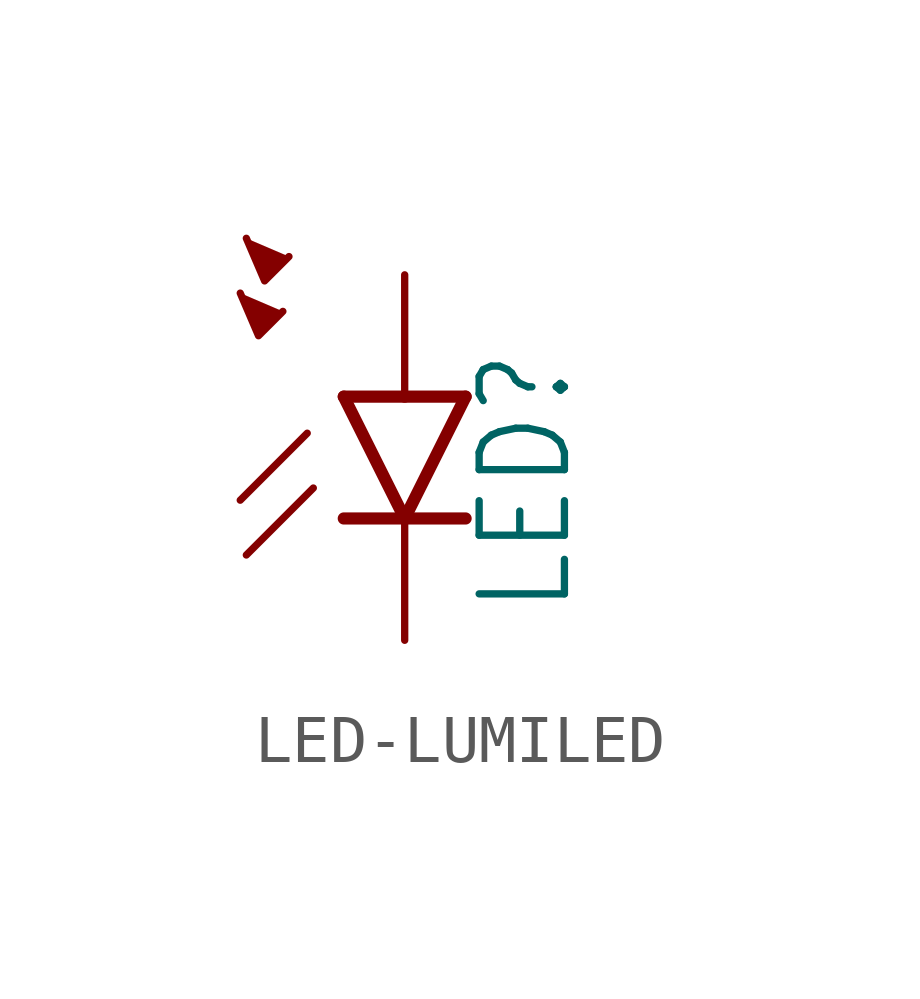
<source format=kicad_sym>
(kicad_symbol_lib
  (version 20241209)
  (generator "kicad_symbol_editor")
  (generator_version "9.0")
  (symbol "LED-LUMILED"
    (property "Reference" "LED"
      (at 3.556 -4.572 90)
      (effects (font (size 1.778 1.511)) (justify left bottom)))
    (property "Value" ""
      (at 5.715 -4.572 90)
      (effects (font (size 1.778 1.511)) (justify left bottom)))
    (property "ki_locked" ""
      (at 0 0 0)
      (effects (font (size 1.27 1.27))))
    (symbol "LED-LUMILED_1_0"
      (polyline (pts (xy -3.429 2.159) (xy -3.048 1.27) (xy -2.54 1.778)) (stroke (width 0.152) (type solid)) (fill (type outline)))
      (polyline (pts (xy -3.302 3.302) (xy -2.921 2.413) (xy -2.413 2.921)) (stroke (width 0.152) (type solid)) (fill (type outline)))
      (polyline (pts (xy -2.032 -0.762) (xy -3.429 -2.159)) (stroke (width 0.152) (type solid)) (fill (type none)))
      (polyline (pts (xy -1.905 -1.905) (xy -3.302 -3.302)) (stroke (width 0.152) (type solid)) (fill (type none)))
      (polyline (pts (xy 0 0) (xy -1.27 0)) (stroke (width 0.254) (type solid)) (fill (type none)))
      (polyline (pts (xy 0 -2.54) (xy -1.27 0)) (stroke (width 0.254) (type solid)) (fill (type none)))
      (polyline (pts (xy 0 -2.54) (xy -1.27 -2.54)) (stroke (width 0.254) (type solid)) (fill (type none)))
      (polyline (pts (xy 1.27 0) (xy 0 0)) (stroke (width 0.254) (type solid)) (fill (type none)))
      (polyline (pts (xy 1.27 0) (xy 0 -2.54)) (stroke (width 0.254) (type solid)) (fill (type none)))
      (polyline (pts (xy 1.27 -2.54) (xy 0 -2.54)) (stroke (width 0.254) (type solid)) (fill (type none)))
      (pin passive line (at 0 2.54 270) (length 2.54) (name "A" (effects (font (size 0 0)))) (number "2+" (effects (font (size 0 0)))))
      (pin passive line (at 0 -5.08 90) (length 2.54) (name "C" (effects (font (size 0 0)))) (number "4-" (effects (font (size 0 0))))))))
</source>
